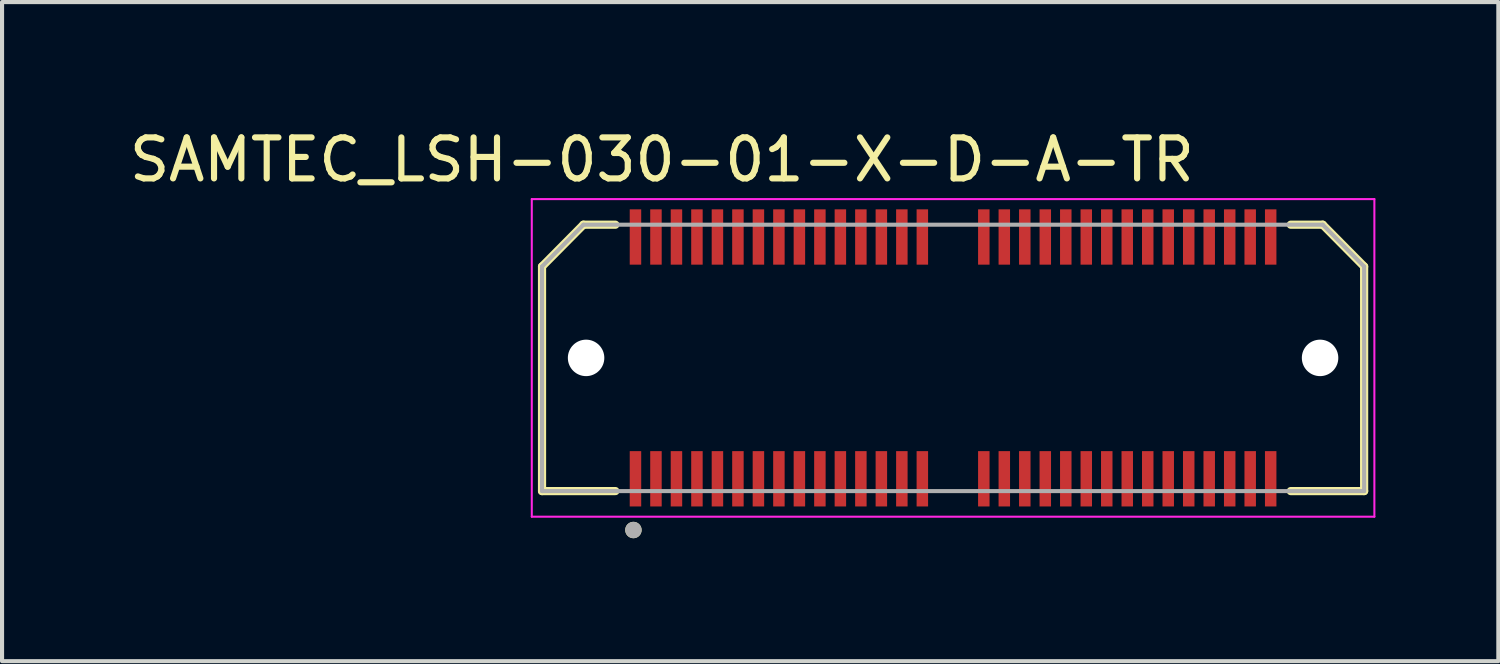
<source format=kicad_pcb>
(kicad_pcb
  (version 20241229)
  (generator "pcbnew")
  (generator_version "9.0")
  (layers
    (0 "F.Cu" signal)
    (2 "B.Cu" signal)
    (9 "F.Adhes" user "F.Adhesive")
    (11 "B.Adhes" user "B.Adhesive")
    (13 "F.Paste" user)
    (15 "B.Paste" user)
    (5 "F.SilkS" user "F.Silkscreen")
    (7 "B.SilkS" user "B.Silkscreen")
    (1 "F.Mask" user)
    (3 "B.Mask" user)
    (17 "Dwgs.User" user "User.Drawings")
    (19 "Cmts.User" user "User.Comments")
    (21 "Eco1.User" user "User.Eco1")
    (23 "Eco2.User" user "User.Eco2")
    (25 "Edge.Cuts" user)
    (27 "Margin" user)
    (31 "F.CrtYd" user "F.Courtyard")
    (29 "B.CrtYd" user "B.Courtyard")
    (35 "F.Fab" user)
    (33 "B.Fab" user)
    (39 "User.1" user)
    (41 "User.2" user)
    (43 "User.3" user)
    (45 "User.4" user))
  (footprint "SAMTEC_LSH-030-01-X-D-A-TR"
    (layer "F.Cu")
    (at 20.206 5.683)
    (property "Reference" "SAMTEC_LSH-030-01-X-D-A-TR" (at -7.105 -4.835 0) (layer "F.SilkS") (effects (font (size 1 1) (thickness 0.15))))
    (attr through_hole)
    (fp_line (start -10.03 -2.23) (end -9.02 -3.25) (stroke (width 0.2) (type solid)) (layer "F.SilkS"))
    (fp_line (start -10.03 3.25) (end -10.03 -2.23) (stroke (width 0.2) (type solid)) (layer "F.SilkS"))
    (fp_line (start -10.03 3.25) (end -8.24 3.25) (stroke (width 0.2) (type solid)) (layer "F.SilkS"))
    (fp_line (start -9.02 -3.25) (end -8.24 -3.25) (stroke (width 0.2) (type solid)) (layer "F.SilkS"))
    (fp_line (start 8.24 -3.25) (end 9.02 -3.25) (stroke (width 0.2) (type solid)) (layer "F.SilkS"))
    (fp_line (start 9.02 -3.25) (end 10.03 -2.23) (stroke (width 0.2) (type solid)) (layer "F.SilkS"))
    (fp_line (start 10.03 -2.23) (end 10.03 3.25) (stroke (width 0.2) (type solid)) (layer "F.SilkS"))
    (fp_line (start 10.03 3.25) (end 8.24 3.25) (stroke (width 0.2) (type solid)) (layer "F.SilkS"))
    (fp_circle (center -7.8 4.2) (end -7.7 4.2) (stroke (width 0.2) (type solid)) (fill no) (layer "F.SilkS"))
    (fp_line (start -10.28 -3.875) (end 10.28 -3.875) (stroke (width 0.05) (type solid)) (layer "F.CrtYd"))
    (fp_line (start -10.28 3.875) (end -10.28 -3.875) (stroke (width 0.05) (type solid)) (layer "F.CrtYd"))
    (fp_line (start 10.28 -3.875) (end 10.28 3.875) (stroke (width 0.05) (type solid)) (layer "F.CrtYd"))
    (fp_line (start 10.28 3.875) (end -10.28 3.875) (stroke (width 0.05) (type solid)) (layer "F.CrtYd"))
    (fp_line (start -10.03 -2.23) (end -9.02 -3.25) (stroke (width 0.1) (type solid)) (layer "F.Fab"))
    (fp_line (start -10.03 3.25) (end -10.03 -2.23) (stroke (width 0.1) (type solid)) (layer "F.Fab"))
    (fp_line (start -9.02 -3.25) (end 9.02 -3.25) (stroke (width 0.1) (type solid)) (layer "F.Fab"))
    (fp_line (start 9.02 -3.25) (end 10.03 -2.23) (stroke (width 0.1) (type solid)) (layer "F.Fab"))
    (fp_line (start 10.03 -2.23) (end 10.03 3.25) (stroke (width 0.1) (type solid)) (layer "F.Fab"))
    (fp_line (start 10.03 3.25) (end -10.03 3.25) (stroke (width 0.1) (type solid)) (layer "F.Fab"))
    (fp_circle (center -7.8 4.2) (end -7.7 4.2) (stroke (width 0.2) (type solid)) (fill no) (layer "F.Fab"))
    (pad "" np_thru_hole circle (at -8.955 0) (size 0.89 0.89) (drill 0.89) (layers "*.Cu" "*.Mask"))
    (pad "" np_thru_hole circle (at 8.955 0) (size 0.89 0.89) (drill 0.89) (layers "*.Cu" "*.Mask"))
    (pad "1" smd rect (at -7.75 2.95) (size 0.28 1.35) (layers "F.Cu" "F.Mask" "F.Paste"))
    (pad "2" smd rect (at -7.75 -2.95) (size 0.28 1.35) (layers "F.Cu" "F.Mask" "F.Paste"))
    (pad "3" smd rect (at -7.25 2.95) (size 0.28 1.35) (layers "F.Cu" "F.Mask" "F.Paste"))
    (pad "4" smd rect (at -7.25 -2.95) (size 0.28 1.35) (layers "F.Cu" "F.Mask" "F.Paste"))
    (pad "5" smd rect (at -6.75 2.95) (size 0.28 1.35) (layers "F.Cu" "F.Mask" "F.Paste"))
    (pad "6" smd rect (at -6.75 -2.95) (size 0.28 1.35) (layers "F.Cu" "F.Mask" "F.Paste"))
    (pad "7" smd rect (at -6.25 2.95) (size 0.28 1.35) (layers "F.Cu" "F.Mask" "F.Paste"))
    (pad "8" smd rect (at -6.25 -2.95) (size 0.28 1.35) (layers "F.Cu" "F.Mask" "F.Paste"))
    (pad "9" smd rect (at -5.75 2.95) (size 0.28 1.35) (layers "F.Cu" "F.Mask" "F.Paste"))
    (pad "10" smd rect (at -5.75 -2.95) (size 0.28 1.35) (layers "F.Cu" "F.Mask" "F.Paste"))
    (pad "11" smd rect (at -5.25 2.95) (size 0.28 1.35) (layers "F.Cu" "F.Mask" "F.Paste"))
    (pad "12" smd rect (at -5.25 -2.95) (size 0.28 1.35) (layers "F.Cu" "F.Mask" "F.Paste"))
    (pad "13" smd rect (at -4.75 2.95) (size 0.28 1.35) (layers "F.Cu" "F.Mask" "F.Paste"))
    (pad "14" smd rect (at -4.75 -2.95) (size 0.28 1.35) (layers "F.Cu" "F.Mask" "F.Paste"))
    (pad "15" smd rect (at -4.25 2.95) (size 0.28 1.35) (layers "F.Cu" "F.Mask" "F.Paste"))
    (pad "16" smd rect (at -4.25 -2.95) (size 0.28 1.35) (layers "F.Cu" "F.Mask" "F.Paste"))
    (pad "17" smd rect (at -3.75 2.95) (size 0.28 1.35) (layers "F.Cu" "F.Mask" "F.Paste"))
    (pad "18" smd rect (at -3.75 -2.95) (size 0.28 1.35) (layers "F.Cu" "F.Mask" "F.Paste"))
    (pad "19" smd rect (at -3.25 2.95) (size 0.28 1.35) (layers "F.Cu" "F.Mask" "F.Paste"))
    (pad "20" smd rect (at -3.25 -2.95) (size 0.28 1.35) (layers "F.Cu" "F.Mask" "F.Paste"))
    (pad "21" smd rect (at -2.75 2.95) (size 0.28 1.35) (layers "F.Cu" "F.Mask" "F.Paste"))
    (pad "22" smd rect (at -2.75 -2.95) (size 0.28 1.35) (layers "F.Cu" "F.Mask" "F.Paste"))
    (pad "23" smd rect (at -2.25 2.95) (size 0.28 1.35) (layers "F.Cu" "F.Mask" "F.Paste"))
    (pad "24" smd rect (at -2.25 -2.95) (size 0.28 1.35) (layers "F.Cu" "F.Mask" "F.Paste"))
    (pad "25" smd rect (at -1.75 2.95) (size 0.28 1.35) (layers "F.Cu" "F.Mask" "F.Paste"))
    (pad "26" smd rect (at -1.75 -2.95) (size 0.28 1.35) (layers "F.Cu" "F.Mask" "F.Paste"))
    (pad "27" smd rect (at -1.25 2.95) (size 0.28 1.35) (layers "F.Cu" "F.Mask" "F.Paste"))
    (pad "28" smd rect (at -1.25 -2.95) (size 0.28 1.35) (layers "F.Cu" "F.Mask" "F.Paste"))
    (pad "29" smd rect (at -0.75 2.95) (size 0.28 1.35) (layers "F.Cu" "F.Mask" "F.Paste"))
    (pad "30" smd rect (at -0.75 -2.95) (size 0.28 1.35) (layers "F.Cu" "F.Mask" "F.Paste"))
    (pad "31" smd rect (at 0.75 2.95) (size 0.28 1.35) (layers "F.Cu" "F.Mask" "F.Paste"))
    (pad "32" smd rect (at 0.75 -2.95) (size 0.28 1.35) (layers "F.Cu" "F.Mask" "F.Paste"))
    (pad "33" smd rect (at 1.25 2.95) (size 0.28 1.35) (layers "F.Cu" "F.Mask" "F.Paste"))
    (pad "34" smd rect (at 1.25 -2.95) (size 0.28 1.35) (layers "F.Cu" "F.Mask" "F.Paste"))
    (pad "35" smd rect (at 1.75 2.95) (size 0.28 1.35) (layers "F.Cu" "F.Mask" "F.Paste"))
    (pad "36" smd rect (at 1.75 -2.95) (size 0.28 1.35) (layers "F.Cu" "F.Mask" "F.Paste"))
    (pad "37" smd rect (at 2.25 2.95) (size 0.28 1.35) (layers "F.Cu" "F.Mask" "F.Paste"))
    (pad "38" smd rect (at 2.25 -2.95) (size 0.28 1.35) (layers "F.Cu" "F.Mask" "F.Paste"))
    (pad "39" smd rect (at 2.75 2.95) (size 0.28 1.35) (layers "F.Cu" "F.Mask" "F.Paste"))
    (pad "40" smd rect (at 2.75 -2.95) (size 0.28 1.35) (layers "F.Cu" "F.Mask" "F.Paste"))
    (pad "41" smd rect (at 3.25 2.95) (size 0.28 1.35) (layers "F.Cu" "F.Mask" "F.Paste"))
    (pad "42" smd rect (at 3.25 -2.95) (size 0.28 1.35) (layers "F.Cu" "F.Mask" "F.Paste"))
    (pad "43" smd rect (at 3.75 2.95) (size 0.28 1.35) (layers "F.Cu" "F.Mask" "F.Paste"))
    (pad "44" smd rect (at 3.75 -2.95) (size 0.28 1.35) (layers "F.Cu" "F.Mask" "F.Paste"))
    (pad "45" smd rect (at 4.25 2.95) (size 0.28 1.35) (layers "F.Cu" "F.Mask" "F.Paste"))
    (pad "46" smd rect (at 4.25 -2.95) (size 0.28 1.35) (layers "F.Cu" "F.Mask" "F.Paste"))
    (pad "47" smd rect (at 4.75 2.95) (size 0.28 1.35) (layers "F.Cu" "F.Mask" "F.Paste"))
    (pad "48" smd rect (at 4.75 -2.95) (size 0.28 1.35) (layers "F.Cu" "F.Mask" "F.Paste"))
    (pad "49" smd rect (at 5.25 2.95) (size 0.28 1.35) (layers "F.Cu" "F.Mask" "F.Paste"))
    (pad "50" smd rect (at 5.25 -2.95) (size 0.28 1.35) (layers "F.Cu" "F.Mask" "F.Paste"))
    (pad "51" smd rect (at 5.75 2.95) (size 0.28 1.35) (layers "F.Cu" "F.Mask" "F.Paste"))
    (pad "52" smd rect (at 5.75 -2.95) (size 0.28 1.35) (layers "F.Cu" "F.Mask" "F.Paste"))
    (pad "53" smd rect (at 6.25 2.95) (size 0.28 1.35) (layers "F.Cu" "F.Mask" "F.Paste"))
    (pad "54" smd rect (at 6.25 -2.95) (size 0.28 1.35) (layers "F.Cu" "F.Mask" "F.Paste"))
    (pad "55" smd rect (at 6.75 2.95) (size 0.28 1.35) (layers "F.Cu" "F.Mask" "F.Paste"))
    (pad "56" smd rect (at 6.75 -2.95) (size 0.28 1.35) (layers "F.Cu" "F.Mask" "F.Paste"))
    (pad "57" smd rect (at 7.25 2.95) (size 0.28 1.35) (layers "F.Cu" "F.Mask" "F.Paste"))
    (pad "58" smd rect (at 7.25 -2.95) (size 0.28 1.35) (layers "F.Cu" "F.Mask" "F.Paste"))
    (pad "59" smd rect (at 7.75 2.95) (size 0.28 1.35) (layers "F.Cu" "F.Mask" "F.Paste"))
    (pad "60" smd rect (at 7.75 -2.95) (size 0.28 1.35) (layers "F.Cu" "F.Mask" "F.Paste")))
  (gr_rect
    (start -3 -3)
    (end 33.511 13.083)
    (stroke (width 0.1) (type default))
    (fill no)
    (layer "Edge.Cuts")))
</source>
